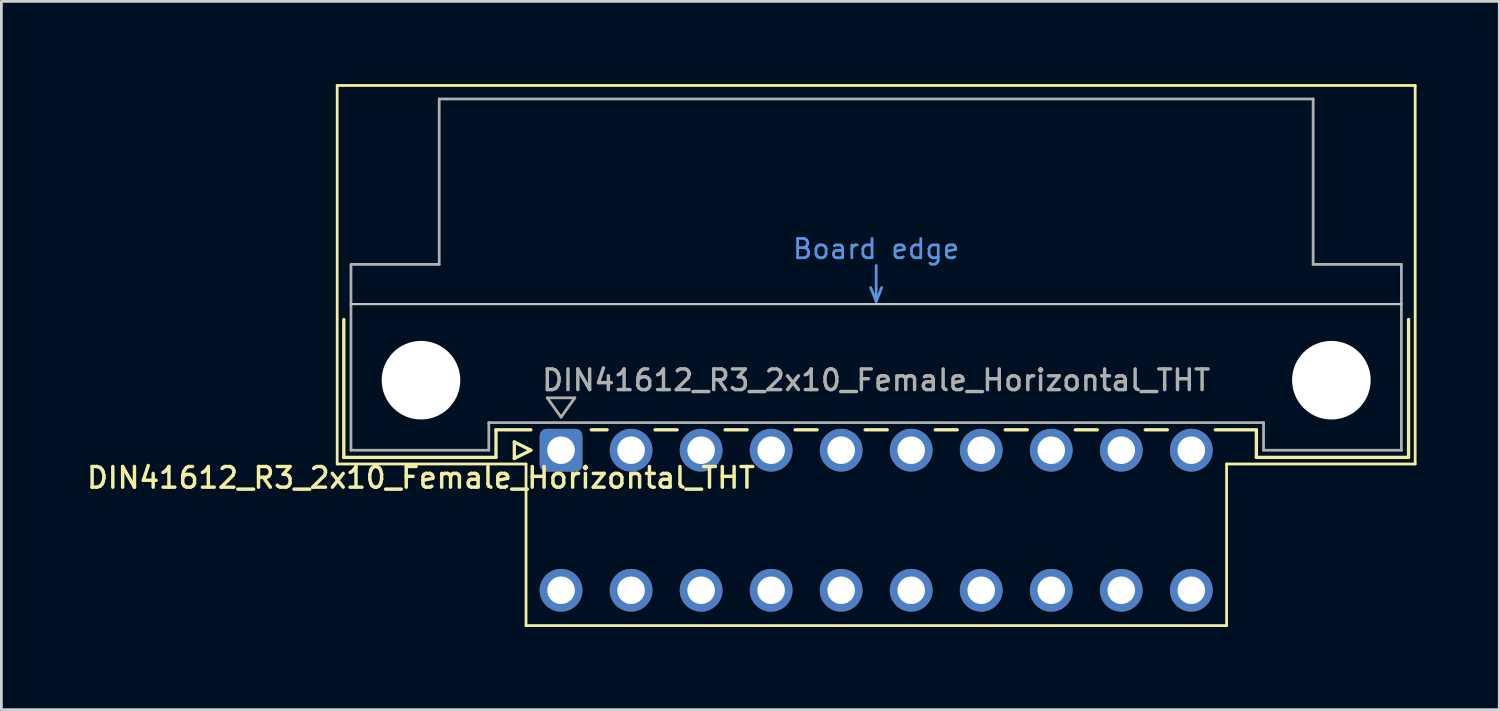
<source format=kicad_pcb>
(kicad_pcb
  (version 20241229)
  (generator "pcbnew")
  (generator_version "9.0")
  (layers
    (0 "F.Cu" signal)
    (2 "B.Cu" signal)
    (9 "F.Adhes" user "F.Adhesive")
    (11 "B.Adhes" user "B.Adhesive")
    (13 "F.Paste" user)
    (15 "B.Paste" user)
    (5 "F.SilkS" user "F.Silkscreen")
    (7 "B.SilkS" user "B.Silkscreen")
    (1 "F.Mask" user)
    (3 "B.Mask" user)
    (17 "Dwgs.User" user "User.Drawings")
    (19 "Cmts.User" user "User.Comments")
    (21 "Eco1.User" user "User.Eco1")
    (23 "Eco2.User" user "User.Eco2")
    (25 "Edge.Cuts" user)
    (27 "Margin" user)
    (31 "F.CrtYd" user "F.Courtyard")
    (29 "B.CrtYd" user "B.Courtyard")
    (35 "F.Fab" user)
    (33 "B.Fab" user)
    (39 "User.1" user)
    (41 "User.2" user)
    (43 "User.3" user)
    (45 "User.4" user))
  (footprint "DIN41612_R3_2x10_Female_Horizontal_THT"
    (layer "F.Cu")
    (at 17.3 13.28)
    (property "Reference" "DIN41612_R3_2x10_Female_Horizontal_THT" (at -5.08 1 0) (layer "F.SilkS") (effects (font (size 0.75 0.75) (thickness 0.125))))
    (attr through_hole)
    (fp_line (start -8.12 -13.23) (end -8.12 0.5) (stroke (width 0.1) (type solid)) (layer "F.SilkS"))
    (fp_line (start -8.12 0.5) (end -1.27 0.5) (stroke (width 0.1) (type solid)) (layer "F.SilkS"))
    (fp_line (start -7.88 -4.74) (end -7.88 0.26) (stroke (width 0.12) (type solid)) (layer "F.SilkS"))
    (fp_line (start -7.88 0.26) (end -2.36 0.26) (stroke (width 0.12) (type solid)) (layer "F.SilkS"))
    (fp_line (start -2.361 -0.74) (end -1.095 -0.74) (stroke (width 0.12) (type solid)) (layer "F.SilkS"))
    (fp_line (start -2.36 0.26) (end -2.36 -0.74) (stroke (width 0.12) (type solid)) (layer "F.SilkS"))
    (fp_line (start -1.695 -0.3) (end -1.695 0.3) (stroke (width 0.12) (type solid)) (layer "F.SilkS"))
    (fp_line (start -1.695 0.3) (end -1.095 0) (stroke (width 0.12) (type solid)) (layer "F.SilkS"))
    (fp_line (start -1.27 0.5) (end -1.27 6.36) (stroke (width 0.1) (type solid)) (layer "F.SilkS"))
    (fp_line (start -1.27 6.36) (end 24.14 6.36) (stroke (width 0.1) (type solid)) (layer "F.SilkS"))
    (fp_line (start -1.095 0) (end -1.695 -0.3) (stroke (width 0.12) (type solid)) (layer "F.SilkS"))
    (fp_line (start 1.095 -0.74) (end 1.671 -0.74) (stroke (width 0.12) (type solid)) (layer "F.SilkS"))
    (fp_line (start 3.41 -0.74) (end 4.211 -0.74) (stroke (width 0.12) (type solid)) (layer "F.SilkS"))
    (fp_line (start 5.95 -0.74) (end 6.751 -0.74) (stroke (width 0.12) (type solid)) (layer "F.SilkS"))
    (fp_line (start 8.49 -0.74) (end 9.291 -0.74) (stroke (width 0.12) (type solid)) (layer "F.SilkS"))
    (fp_line (start 11.03 -0.74) (end 11.831 -0.74) (stroke (width 0.12) (type solid)) (layer "F.SilkS"))
    (fp_line (start 13.57 -0.74) (end 14.371 -0.74) (stroke (width 0.12) (type solid)) (layer "F.SilkS"))
    (fp_line (start 16.11 -0.74) (end 16.911 -0.74) (stroke (width 0.12) (type solid)) (layer "F.SilkS"))
    (fp_line (start 18.65 -0.74) (end 19.451 -0.74) (stroke (width 0.12) (type solid)) (layer "F.SilkS"))
    (fp_line (start 21.19 -0.74) (end 21.991 -0.74) (stroke (width 0.12) (type solid)) (layer "F.SilkS"))
    (fp_line (start 23.73 -0.74) (end 25.22 -0.74) (stroke (width 0.12) (type solid)) (layer "F.SilkS"))
    (fp_line (start 24.14 0.5) (end 30.98 0.5) (stroke (width 0.1) (type solid)) (layer "F.SilkS"))
    (fp_line (start 24.14 6.36) (end 24.14 0.5) (stroke (width 0.1) (type solid)) (layer "F.SilkS"))
    (fp_line (start 25.22 0.26) (end 25.22 -0.74) (stroke (width 0.12) (type solid)) (layer "F.SilkS"))
    (fp_line (start 30.74 -4.74) (end 30.74 0.26) (stroke (width 0.12) (type solid)) (layer "F.SilkS"))
    (fp_line (start 30.74 0.26) (end 25.22 0.26) (stroke (width 0.12) (type solid)) (layer "F.SilkS"))
    (fp_line (start 30.98 -13.23) (end -8.12 -13.23) (stroke (width 0.1) (type solid)) (layer "F.SilkS"))
    (fp_line (start 30.98 0.5) (end 30.98 -13.23) (stroke (width 0.1) (type solid)) (layer "F.SilkS"))
    (fp_line (start -7.62 -5.3) (end 30.48 -5.3) (stroke (width 0.08) (type solid)) (layer "Dwgs.User"))
    (fp_line (start 11.23 -5.9) (end 11.43 -5.4) (stroke (width 0.1) (type solid)) (layer "Cmts.User"))
    (fp_line (start 11.43 -5.4) (end 11.43 -6.7) (stroke (width 0.1) (type solid)) (layer "Cmts.User"))
    (fp_line (start 11.43 -5.4) (end 11.63 -5.9) (stroke (width 0.1) (type solid)) (layer "Cmts.User"))
    (fp_line (start -7.62 -6.74) (end -7.62 0) (stroke (width 0.1) (type solid)) (layer "F.Fab"))
    (fp_line (start -7.62 0) (end -2.62 0) (stroke (width 0.1) (type solid)) (layer "F.Fab"))
    (fp_line (start -4.42 -12.74) (end -4.42 -6.74) (stroke (width 0.1) (type solid)) (layer "F.Fab"))
    (fp_line (start -4.42 -6.74) (end -7.62 -6.74) (stroke (width 0.1) (type solid)) (layer "F.Fab"))
    (fp_line (start -2.62 -1) (end 25.48 -1) (stroke (width 0.1) (type solid)) (layer "F.Fab"))
    (fp_line (start -2.62 0) (end -2.62 -1) (stroke (width 0.1) (type solid)) (layer "F.Fab"))
    (fp_line (start -0.5 -1.9) (end 0.5 -1.9) (stroke (width 0.1) (type solid)) (layer "F.Fab"))
    (fp_line (start 0 -1.2) (end -0.5 -1.9) (stroke (width 0.1) (type solid)) (layer "F.Fab"))
    (fp_line (start 0.5 -1.9) (end 0 -1.2) (stroke (width 0.1) (type solid)) (layer "F.Fab"))
    (fp_line (start 25.48 -1) (end 25.48 0) (stroke (width 0.1) (type solid)) (layer "F.Fab"))
    (fp_line (start 25.48 0) (end 30.48 0) (stroke (width 0.1) (type solid)) (layer "F.Fab"))
    (fp_line (start 27.28 -12.74) (end -4.42 -12.74) (stroke (width 0.1) (type solid)) (layer "F.Fab"))
    (fp_line (start 27.28 -6.74) (end 27.28 -12.74) (stroke (width 0.1) (type solid)) (layer "F.Fab"))
    (fp_line (start 30.48 -6.74) (end 27.28 -6.74) (stroke (width 0.1) (type solid)) (layer "F.Fab"))
    (fp_line (start 30.48 0) (end 30.48 -6.74) (stroke (width 0.1) (type solid)) (layer "F.Fab"))
    (fp_text user "Board edge" (at 11.43 -7.3 0) (layer "Cmts.User") (effects (font (size 0.7 0.7) (thickness 0.1))))
    (fp_text user "${REFERENCE}" (at 11.43 -2.54 0) (layer "F.Fab") (effects (font (size 0.75 0.75) (thickness 0.125))))
    (pad "" np_thru_hole circle (at -5.08 -2.54) (size 2.85 2.85) (drill 2.85) (layers "*.Cu" "*.Mask"))
    (pad "" np_thru_hole circle (at 27.94 -2.54) (size 2.85 2.85) (drill 2.85) (layers "*.Cu" "*.Mask"))
    (pad "a1" thru_hole roundrect (at 0 0) (size 1.55 1.55) (drill 1) (layers "*.Cu" "*.Mask") (roundrect_rratio 0.161))
    (pad "a2" thru_hole circle (at 2.54 0) (size 1.55 1.55) (drill 1) (layers "*.Cu" "*.Mask"))
    (pad "a3" thru_hole circle (at 5.08 0) (size 1.55 1.55) (drill 1) (layers "*.Cu" "*.Mask"))
    (pad "a4" thru_hole circle (at 7.62 0) (size 1.55 1.55) (drill 1) (layers "*.Cu" "*.Mask"))
    (pad "a5" thru_hole circle (at 10.16 0) (size 1.55 1.55) (drill 1) (layers "*.Cu" "*.Mask"))
    (pad "a6" thru_hole circle (at 12.7 0) (size 1.55 1.55) (drill 1) (layers "*.Cu" "*.Mask"))
    (pad "a7" thru_hole circle (at 15.24 0) (size 1.55 1.55) (drill 1) (layers "*.Cu" "*.Mask"))
    (pad "a8" thru_hole circle (at 17.78 0) (size 1.55 1.55) (drill 1) (layers "*.Cu" "*.Mask"))
    (pad "a9" thru_hole circle (at 20.32 0) (size 1.55 1.55) (drill 1) (layers "*.Cu" "*.Mask"))
    (pad "a10" thru_hole circle (at 22.86 0) (size 1.55 1.55) (drill 1) (layers "*.Cu" "*.Mask"))
    (pad "c1" thru_hole circle (at 0 5.08) (size 1.55 1.55) (drill 1) (layers "*.Cu" "*.Mask"))
    (pad "c2" thru_hole circle (at 2.54 5.08) (size 1.55 1.55) (drill 1) (layers "*.Cu" "*.Mask"))
    (pad "c3" thru_hole circle (at 5.08 5.08) (size 1.55 1.55) (drill 1) (layers "*.Cu" "*.Mask"))
    (pad "c4" thru_hole circle (at 7.62 5.08) (size 1.55 1.55) (drill 1) (layers "*.Cu" "*.Mask"))
    (pad "c5" thru_hole circle (at 10.16 5.08) (size 1.55 1.55) (drill 1) (layers "*.Cu" "*.Mask"))
    (pad "c6" thru_hole circle (at 12.7 5.08) (size 1.55 1.55) (drill 1) (layers "*.Cu" "*.Mask"))
    (pad "c7" thru_hole circle (at 15.24 5.08) (size 1.55 1.55) (drill 1) (layers "*.Cu" "*.Mask"))
    (pad "c8" thru_hole circle (at 17.78 5.08) (size 1.55 1.55) (drill 1) (layers "*.Cu" "*.Mask"))
    (pad "c9" thru_hole circle (at 20.32 5.08) (size 1.55 1.55) (drill 1) (layers "*.Cu" "*.Mask"))
    (pad "c10" thru_hole circle (at 22.86 5.08) (size 1.55 1.55) (drill 1) (layers "*.Cu" "*.Mask")))
  (gr_rect
    (start -3 -3)
    (end 51.33 22.69)
    (stroke (width 0.1) (type default))
    (fill no)
    (layer "Edge.Cuts")))
</source>
